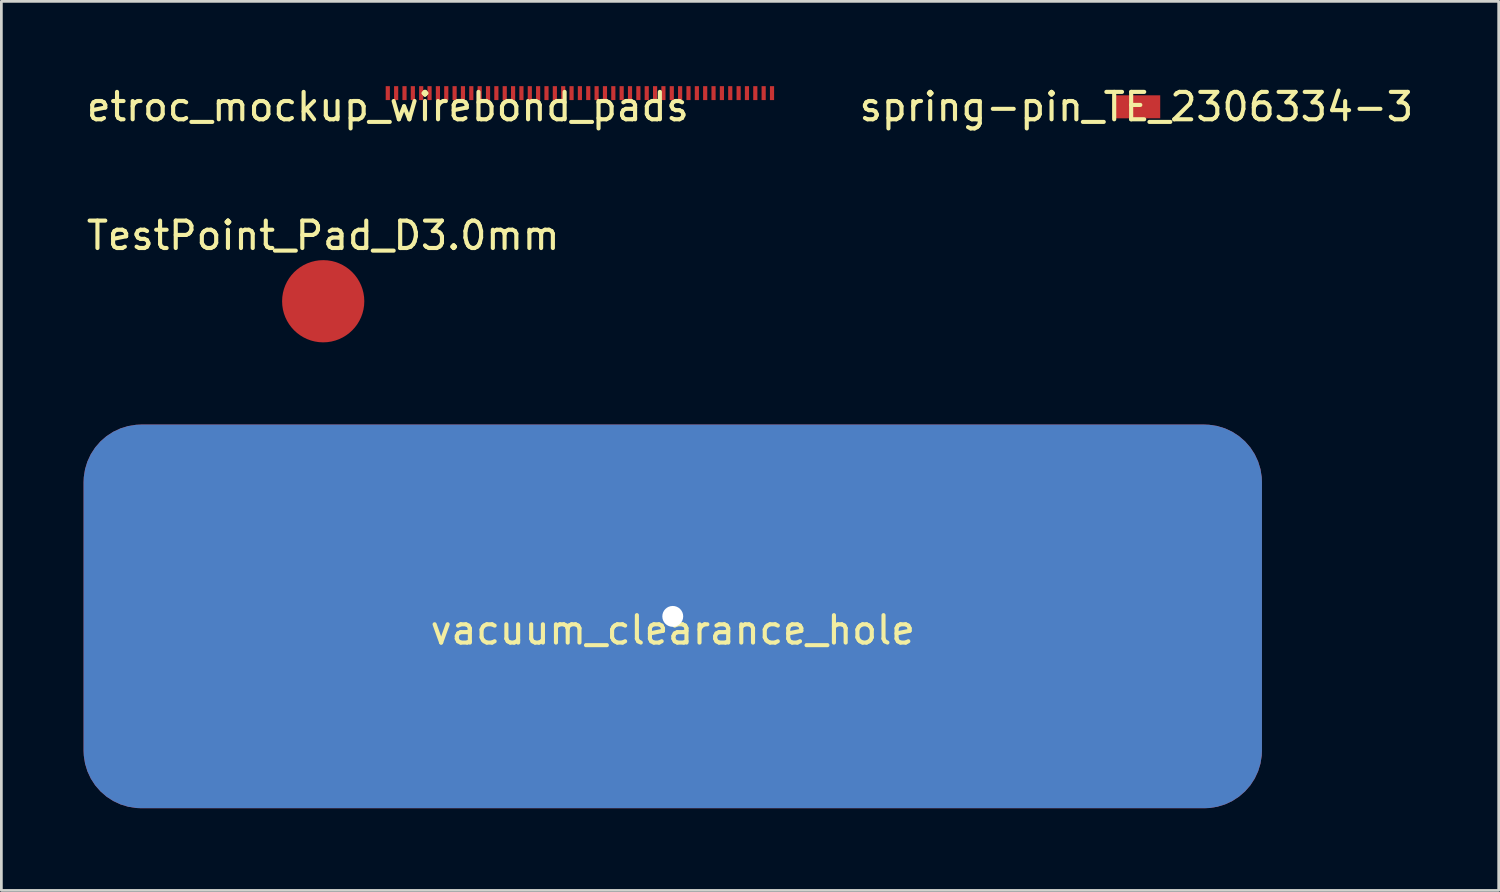
<source format=kicad_pcb>
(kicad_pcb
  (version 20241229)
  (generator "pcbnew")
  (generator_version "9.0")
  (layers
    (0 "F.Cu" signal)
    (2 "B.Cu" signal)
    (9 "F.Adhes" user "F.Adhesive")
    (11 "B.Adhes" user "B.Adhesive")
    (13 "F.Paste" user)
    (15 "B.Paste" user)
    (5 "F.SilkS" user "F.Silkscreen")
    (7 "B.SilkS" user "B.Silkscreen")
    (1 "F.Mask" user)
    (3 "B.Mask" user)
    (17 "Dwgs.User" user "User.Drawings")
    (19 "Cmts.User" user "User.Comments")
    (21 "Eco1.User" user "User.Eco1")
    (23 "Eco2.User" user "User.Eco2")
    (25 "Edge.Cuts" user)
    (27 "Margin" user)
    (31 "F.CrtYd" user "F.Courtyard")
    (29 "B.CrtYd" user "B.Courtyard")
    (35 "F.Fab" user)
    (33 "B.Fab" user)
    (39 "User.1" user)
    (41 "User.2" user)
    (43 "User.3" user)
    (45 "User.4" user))
  (footprint "vacuum_clearance_hole"
    (layer "F.Cu")
    (at 21.5 19.443)
    (property "Reference" "vacuum_clearance_hole" (at 0 0.5 0) (layer "F.SilkS") (effects (font (size 1 1) (thickness 0.15))))
    (attr through_hole)
    (pad "" np_thru_hole roundrect (at 0 0) (size 43 14) (drill 0.762) (layers "*.Cu" "*.Mask") (roundrect_rratio 0.15)))
  (footprint "spring-pin_TE_2306334-3"
    (layer "F.Cu")
    (at 38.418 0.848)
    (property "Reference" "spring-pin_TE_2306334-3" (at 0 0 0) (layer "F.SilkS") (effects (font (size 1 1) (thickness 0.15))))
    (attr through_hole)
    (pad "1" smd rect (at 0 0) (size 1.74 0.84) (layers "F.Cu" "F.Mask" "F.Paste")))
  (footprint "TestPoint_Pad_D3.0mm"
    (layer "F.Cu")
    (at 8.744 7.943)
    (property "Reference" "TestPoint_Pad_D3.0mm" (at 0 -2.398 0) (layer "F.SilkS") (effects (font (size 1 1) (thickness 0.15))))
    (attr exclude_from_pos_files exclude_from_bom)
    (pad "1" smd circle (at 0 0) (size 3 3) (layers "F.Cu" "F.Mask")))
  (footprint "etroc_mockup_wirebond_pads"
    (layer "F.Cu")
    (at 11.101 0.348)
    (property "Reference" "etroc_mockup_wirebond_pads" (at 0 0.5 0) (layer "F.SilkS") (effects (font (size 1 1) (thickness 0.15))))
    (attr through_hole)
    (pad "1" smd rect (at 0 0) (size 0.152 0.508) (layers "F.Cu" "F.Mask" "F.Paste"))
    (pad "2" smd rect (at 0.305 0) (size 0.152 0.508) (layers "F.Cu" "F.Mask" "F.Paste"))
    (pad "3" smd rect (at 0.61 0) (size 0.152 0.508) (layers "F.Cu" "F.Mask" "F.Paste"))
    (pad "4" smd rect (at 0.914 0) (size 0.152 0.508) (layers "F.Cu" "F.Mask" "F.Paste"))
    (pad "5" smd rect (at 1.219 0) (size 0.152 0.508) (layers "F.Cu" "F.Mask" "F.Paste"))
    (pad "6" smd rect (at 1.524 0) (size 0.152 0.508) (layers "F.Cu" "F.Mask" "F.Paste"))
    (pad "7" smd rect (at 1.829 0) (size 0.152 0.508) (layers "F.Cu" "F.Mask" "F.Paste"))
    (pad "8" smd rect (at 2.134 0) (size 0.152 0.508) (layers "F.Cu" "F.Mask" "F.Paste"))
    (pad "9" smd rect (at 2.438 0) (size 0.152 0.508) (layers "F.Cu" "F.Mask" "F.Paste"))
    (pad "10" smd rect (at 2.743 0) (size 0.152 0.508) (layers "F.Cu" "F.Mask" "F.Paste"))
    (pad "11" smd rect (at 3.048 0) (size 0.152 0.508) (layers "F.Cu" "F.Mask" "F.Paste"))
    (pad "12" smd rect (at 3.353 0) (size 0.152 0.508) (layers "F.Cu" "F.Mask" "F.Paste"))
    (pad "13" smd rect (at 3.658 0) (size 0.152 0.508) (layers "F.Cu" "F.Mask" "F.Paste"))
    (pad "14" smd rect (at 3.962 0) (size 0.152 0.508) (layers "F.Cu" "F.Mask" "F.Paste"))
    (pad "15" smd rect (at 4.267 0) (size 0.152 0.508) (layers "F.Cu" "F.Mask" "F.Paste"))
    (pad "16" smd rect (at 4.572 0) (size 0.152 0.508) (layers "F.Cu" "F.Mask" "F.Paste"))
    (pad "17" smd rect (at 4.877 0) (size 0.152 0.508) (layers "F.Cu" "F.Mask" "F.Paste"))
    (pad "18" smd rect (at 5.182 0) (size 0.152 0.508) (layers "F.Cu" "F.Mask" "F.Paste"))
    (pad "19" smd rect (at 5.486 0) (size 0.152 0.508) (layers "F.Cu" "F.Mask" "F.Paste"))
    (pad "20" smd rect (at 5.791 0) (size 0.152 0.508) (layers "F.Cu" "F.Mask" "F.Paste"))
    (pad "21" smd rect (at 6.096 0) (size 0.152 0.508) (layers "F.Cu" "F.Mask" "F.Paste"))
    (pad "22" smd rect (at 6.401 0) (size 0.152 0.508) (layers "F.Cu" "F.Mask" "F.Paste"))
    (pad "23" smd rect (at 6.706 0) (size 0.152 0.508) (layers "F.Cu" "F.Mask" "F.Paste"))
    (pad "24" smd rect (at 7.01 0) (size 0.152 0.508) (layers "F.Cu" "F.Mask" "F.Paste"))
    (pad "25" smd rect (at 7.315 0) (size 0.152 0.508) (layers "F.Cu" "F.Mask" "F.Paste"))
    (pad "26" smd rect (at 7.62 0) (size 0.152 0.508) (layers "F.Cu" "F.Mask" "F.Paste"))
    (pad "27" smd rect (at 7.925 0) (size 0.152 0.508) (layers "F.Cu" "F.Mask" "F.Paste"))
    (pad "28" smd rect (at 8.23 0) (size 0.152 0.508) (layers "F.Cu" "F.Mask" "F.Paste"))
    (pad "29" smd rect (at 8.534 0) (size 0.152 0.508) (layers "F.Cu" "F.Mask" "F.Paste"))
    (pad "30" smd rect (at 8.839 0) (size 0.152 0.508) (layers "F.Cu" "F.Mask" "F.Paste"))
    (pad "31" smd rect (at 9.144 0) (size 0.152 0.508) (layers "F.Cu" "F.Mask" "F.Paste"))
    (pad "32" smd rect (at 9.449 0) (size 0.152 0.508) (layers "F.Cu" "F.Mask" "F.Paste"))
    (pad "33" smd rect (at 9.754 0) (size 0.152 0.508) (layers "F.Cu" "F.Mask" "F.Paste"))
    (pad "34" smd rect (at 10.058 0) (size 0.152 0.508) (layers "F.Cu" "F.Mask" "F.Paste"))
    (pad "35" smd rect (at 10.363 0) (size 0.152 0.508) (layers "F.Cu" "F.Mask" "F.Paste"))
    (pad "36" smd rect (at 10.668 0) (size 0.152 0.508) (layers "F.Cu" "F.Mask" "F.Paste"))
    (pad "37" smd rect (at 10.973 0) (size 0.152 0.508) (layers "F.Cu" "F.Mask" "F.Paste"))
    (pad "38" smd rect (at 11.278 0) (size 0.152 0.508) (layers "F.Cu" "F.Mask" "F.Paste"))
    (pad "39" smd rect (at 11.582 0) (size 0.152 0.508) (layers "F.Cu" "F.Mask" "F.Paste"))
    (pad "40" smd rect (at 11.887 0) (size 0.152 0.508) (layers "F.Cu" "F.Mask" "F.Paste"))
    (pad "41" smd rect (at 12.192 0) (size 0.152 0.508) (layers "F.Cu" "F.Mask" "F.Paste"))
    (pad "42" smd rect (at 12.497 0) (size 0.152 0.508) (layers "F.Cu" "F.Mask" "F.Paste"))
    (pad "43" smd rect (at 12.802 0) (size 0.152 0.508) (layers "F.Cu" "F.Mask" "F.Paste"))
    (pad "44" smd rect (at 13.106 0) (size 0.152 0.508) (layers "F.Cu" "F.Mask" "F.Paste"))
    (pad "45" smd rect (at 13.411 0) (size 0.152 0.508) (layers "F.Cu" "F.Mask" "F.Paste"))
    (pad "46" smd rect (at 13.716 0) (size 0.152 0.508) (layers "F.Cu" "F.Mask" "F.Paste"))
    (pad "47" smd rect (at 14.021 0) (size 0.152 0.508) (layers "F.Cu" "F.Mask" "F.Paste")))
  (gr_rect
    (start -3 -3)
    (end 51.639 29.443)
    (stroke (width 0.1) (type default))
    (fill no)
    (layer "Edge.Cuts")))
</source>
